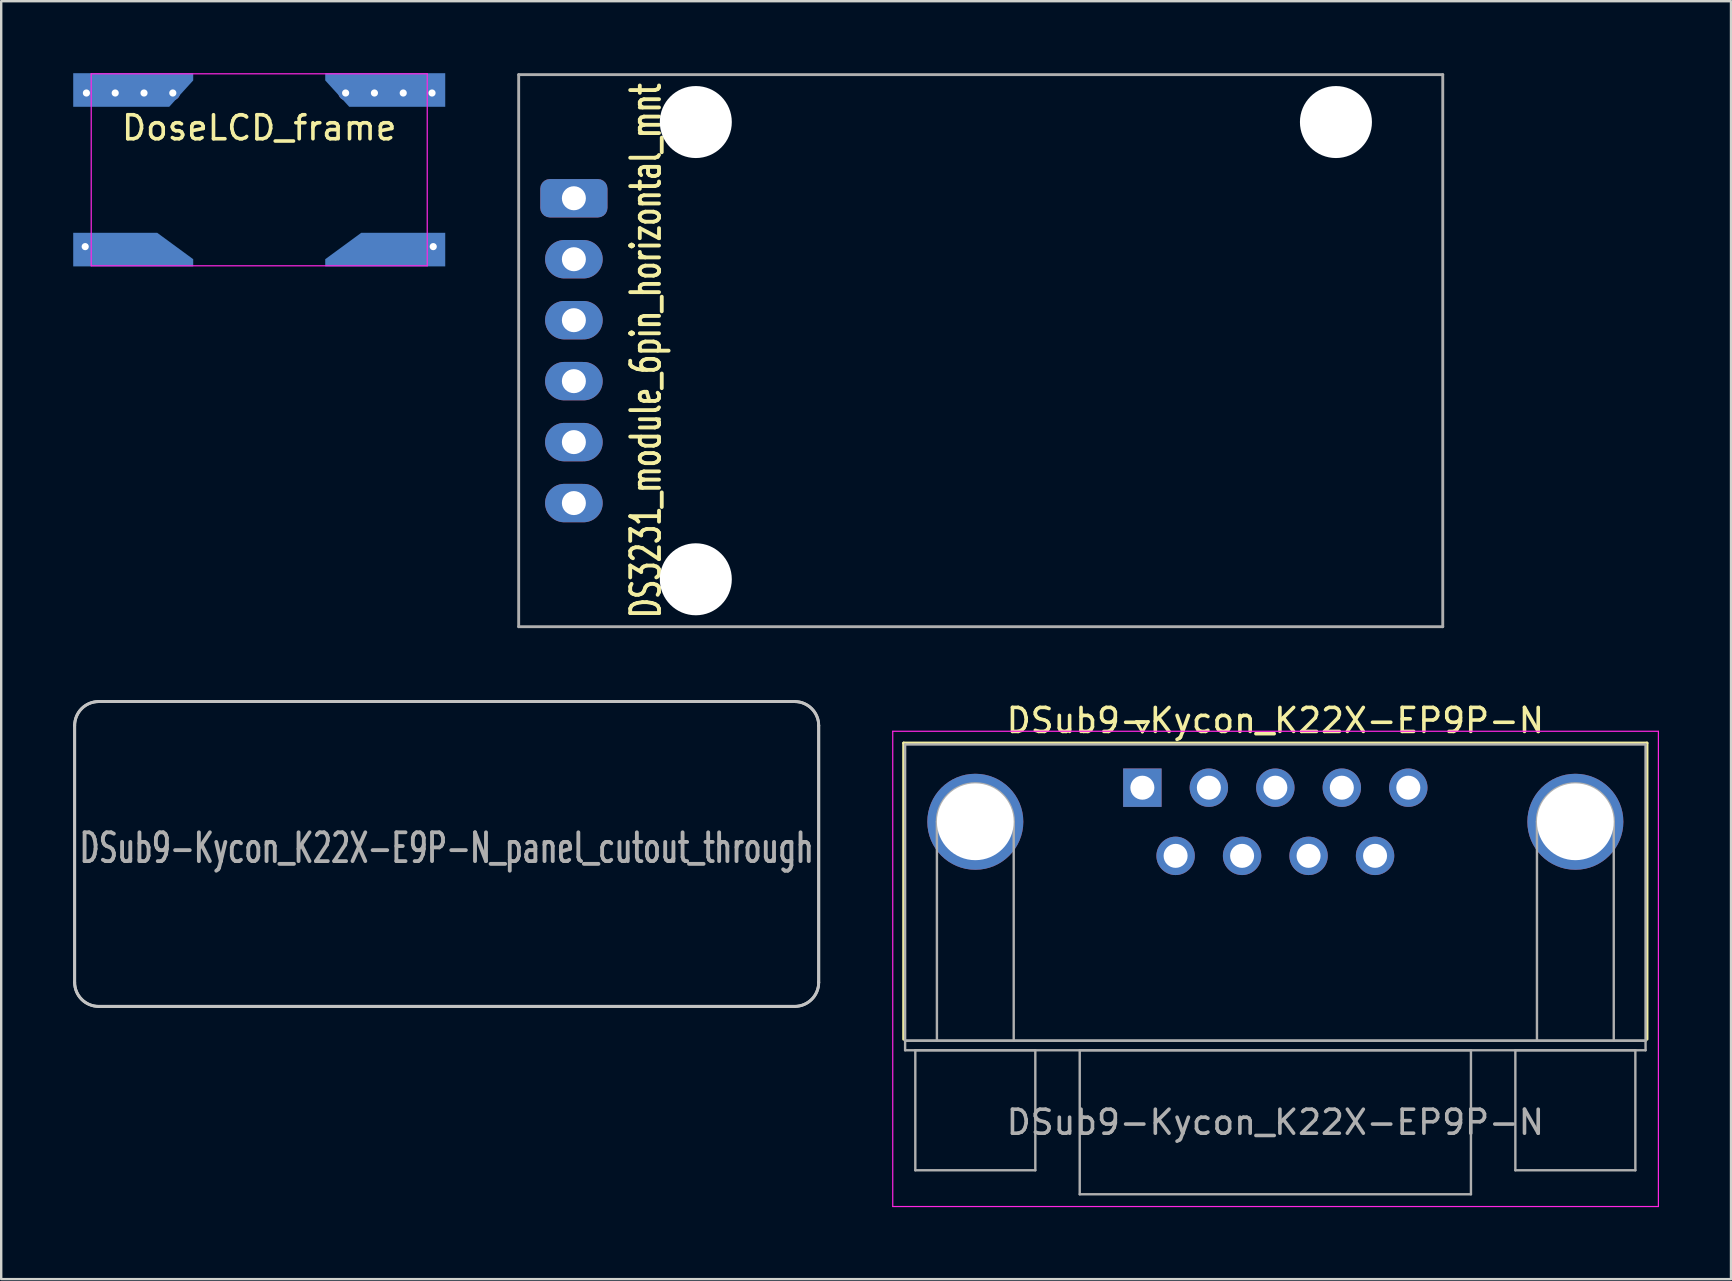
<source format=kicad_pcb>
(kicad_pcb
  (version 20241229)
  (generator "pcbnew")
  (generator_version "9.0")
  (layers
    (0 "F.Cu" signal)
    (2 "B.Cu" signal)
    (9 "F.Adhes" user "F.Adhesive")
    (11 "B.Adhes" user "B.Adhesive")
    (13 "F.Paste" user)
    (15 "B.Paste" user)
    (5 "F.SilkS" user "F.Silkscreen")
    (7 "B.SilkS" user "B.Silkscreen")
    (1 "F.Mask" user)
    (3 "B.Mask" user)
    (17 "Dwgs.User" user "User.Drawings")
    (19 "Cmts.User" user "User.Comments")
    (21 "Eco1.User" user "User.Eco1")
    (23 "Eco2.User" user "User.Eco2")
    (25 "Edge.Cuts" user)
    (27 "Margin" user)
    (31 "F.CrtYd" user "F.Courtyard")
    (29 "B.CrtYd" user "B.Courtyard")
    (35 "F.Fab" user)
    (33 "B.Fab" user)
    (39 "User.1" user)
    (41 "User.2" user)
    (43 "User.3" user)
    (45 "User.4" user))
  (footprint "DSub9-Kycon_K22X-EP9P-N"
    (layer "F.Cu")
    (at 44.545 29.768)
    (property "Reference" "DSub9-Kycon_K22X-EP9P-N" (at 5.54 -2.8 0) (layer "F.SilkS") (effects (font (size 1 1) (thickness 0.15))))
    (attr through_hole)
    (fp_line (start -9.945 -1.86) (end 21.025 -1.86) (stroke (width 0.12) (type solid)) (layer "F.SilkS"))
    (fp_line (start -9.945 10.48) (end -9.945 -1.86) (stroke (width 0.12) (type solid)) (layer "F.SilkS"))
    (fp_line (start -0.25 -2.754) (end 0.25 -2.754) (stroke (width 0.12) (type solid)) (layer "F.SilkS"))
    (fp_line (start 0 -2.321) (end -0.25 -2.754) (stroke (width 0.12) (type solid)) (layer "F.SilkS"))
    (fp_line (start 0.25 -2.754) (end 0 -2.321) (stroke (width 0.12) (type solid)) (layer "F.SilkS"))
    (fp_line (start 21.025 -1.86) (end 21.025 10.48) (stroke (width 0.12) (type solid)) (layer "F.SilkS"))
    (fp_line (start -10.4 -2.35) (end -10.4 17.45) (stroke (width 0.05) (type solid)) (layer "F.CrtYd"))
    (fp_line (start -10.4 17.45) (end 21.5 17.45) (stroke (width 0.05) (type solid)) (layer "F.CrtYd"))
    (fp_line (start 21.5 -2.35) (end -10.4 -2.35) (stroke (width 0.05) (type solid)) (layer "F.CrtYd"))
    (fp_line (start 21.5 17.45) (end 21.5 -2.35) (stroke (width 0.05) (type solid)) (layer "F.CrtYd"))
    (fp_line (start -9.885 -1.8) (end -9.885 10.54) (stroke (width 0.1) (type solid)) (layer "F.Fab"))
    (fp_line (start -9.885 10.54) (end -9.885 10.94) (stroke (width 0.1) (type solid)) (layer "F.Fab"))
    (fp_line (start -9.885 10.54) (end 20.965 10.54) (stroke (width 0.1) (type solid)) (layer "F.Fab"))
    (fp_line (start -9.885 10.94) (end 20.965 10.94) (stroke (width 0.1) (type solid)) (layer "F.Fab"))
    (fp_line (start -9.46 10.94) (end -9.46 15.94) (stroke (width 0.1) (type solid)) (layer "F.Fab"))
    (fp_line (start -9.46 15.94) (end -4.46 15.94) (stroke (width 0.1) (type solid)) (layer "F.Fab"))
    (fp_line (start -8.56 10.54) (end -8.56 1.42) (stroke (width 0.1) (type solid)) (layer "F.Fab"))
    (fp_line (start -5.36 10.54) (end -5.36 1.42) (stroke (width 0.1) (type solid)) (layer "F.Fab"))
    (fp_line (start -4.46 10.94) (end -9.46 10.94) (stroke (width 0.1) (type solid)) (layer "F.Fab"))
    (fp_line (start -4.46 15.94) (end -4.46 10.94) (stroke (width 0.1) (type solid)) (layer "F.Fab"))
    (fp_line (start -2.61 10.94) (end -2.61 16.94) (stroke (width 0.1) (type solid)) (layer "F.Fab"))
    (fp_line (start -2.61 16.94) (end 13.69 16.94) (stroke (width 0.1) (type solid)) (layer "F.Fab"))
    (fp_line (start 13.69 10.94) (end -2.61 10.94) (stroke (width 0.1) (type solid)) (layer "F.Fab"))
    (fp_line (start 13.69 16.94) (end 13.69 10.94) (stroke (width 0.1) (type solid)) (layer "F.Fab"))
    (fp_line (start 15.54 10.94) (end 15.54 15.94) (stroke (width 0.1) (type solid)) (layer "F.Fab"))
    (fp_line (start 15.54 15.94) (end 20.54 15.94) (stroke (width 0.1) (type solid)) (layer "F.Fab"))
    (fp_line (start 16.44 10.54) (end 16.44 1.42) (stroke (width 0.1) (type solid)) (layer "F.Fab"))
    (fp_line (start 19.64 10.54) (end 19.64 1.42) (stroke (width 0.1) (type solid)) (layer "F.Fab"))
    (fp_line (start 20.54 10.94) (end 15.54 10.94) (stroke (width 0.1) (type solid)) (layer "F.Fab"))
    (fp_line (start 20.54 15.94) (end 20.54 10.94) (stroke (width 0.1) (type solid)) (layer "F.Fab"))
    (fp_line (start 20.965 -1.8) (end -9.885 -1.8) (stroke (width 0.1) (type solid)) (layer "F.Fab"))
    (fp_line (start 20.965 10.54) (end -9.885 10.54) (stroke (width 0.1) (type solid)) (layer "F.Fab"))
    (fp_line (start 20.965 10.54) (end 20.965 -1.8) (stroke (width 0.1) (type solid)) (layer "F.Fab"))
    (fp_line (start 20.965 10.94) (end 20.965 10.54) (stroke (width 0.1) (type solid)) (layer "F.Fab"))
    (fp_arc (start -8.56 1.42) (mid -6.96 -0.18) (end -5.36 1.42) (stroke (width 0.1) (type solid)) (layer "F.Fab"))
    (fp_arc (start 16.44 1.42) (mid 18.04 -0.18) (end 19.64 1.42) (stroke (width 0.1) (type solid)) (layer "F.Fab"))
    (fp_text user "${REFERENCE}" (at 5.54 13.94 0) (layer "F.Fab") (effects (font (size 1 1) (thickness 0.15))))
    (pad "0" thru_hole circle (at -6.96 1.42) (size 4 4) (drill 3.2) (layers "*.Cu" "*.Mask"))
    (pad "0" thru_hole circle (at 18.04 1.42) (size 4 4) (drill 3.2) (layers "*.Cu" "*.Mask"))
    (pad "1" thru_hole rect (at 0 0) (size 1.6 1.6) (drill 1) (layers "*.Cu" "*.Mask"))
    (pad "2" thru_hole circle (at 2.77 0) (size 1.6 1.6) (drill 1) (layers "*.Cu" "*.Mask"))
    (pad "3" thru_hole circle (at 5.54 0) (size 1.6 1.6) (drill 1) (layers "*.Cu" "*.Mask"))
    (pad "4" thru_hole circle (at 8.31 0) (size 1.6 1.6) (drill 1) (layers "*.Cu" "*.Mask"))
    (pad "5" thru_hole circle (at 11.08 0) (size 1.6 1.6) (drill 1) (layers "*.Cu" "*.Mask"))
    (pad "6" thru_hole circle (at 1.385 2.84) (size 1.6 1.6) (drill 1) (layers "*.Cu" "*.Mask"))
    (pad "7" thru_hole circle (at 4.155 2.84) (size 1.6 1.6) (drill 1) (layers "*.Cu" "*.Mask"))
    (pad "8" thru_hole circle (at 6.925 2.84) (size 1.6 1.6) (drill 1) (layers "*.Cu" "*.Mask"))
    (pad "9" thru_hole circle (at 9.695 2.84) (size 1.6 1.6) (drill 1) (layers "*.Cu" "*.Mask")))
  (footprint "DS3231_module_6pin_horizontal_mnt"
    (layer "F.Cu")
    (at 20.86 11.56)
    (property "Reference" "DS3231_module_6pin_horizontal_mnt" (at 3 0 90) (layer "F.SilkS") (effects (font (size 1.2 0.8) (thickness 0.16))))
    (attr through_hole)
    (fp_line (start -2.3 -11.5) (end 36.2 -11.5) (stroke (width 0.12) (type solid)) (layer "F.Fab"))
    (fp_line (start -2.3 11.5) (end -2.3 -11.5) (stroke (width 0.12) (type solid)) (layer "F.Fab"))
    (fp_line (start 36.2 -11.5) (end 36.2 11.5) (stroke (width 0.12) (type solid)) (layer "F.Fab"))
    (fp_line (start 36.2 11.5) (end -2.3 11.5) (stroke (width 0.12) (type solid)) (layer "F.Fab"))
    (pad "" np_thru_hole circle (at 5.08 -9.525) (size 3 3) (drill 3) (layers "*.Cu" "*.Mask"))
    (pad "" np_thru_hole circle (at 5.08 9.525) (size 3 3) (drill 3) (layers "*.Cu" "*.Mask"))
    (pad "" np_thru_hole circle (at 31.75 -9.525) (size 3 3) (drill 3) (layers "*.Cu" "*.Mask"))
    (pad "1" thru_hole roundrect (at 0 -6.35) (size 2.8 1.6) (drill 1) (layers "*.Cu" "*.Mask") (roundrect_rratio 0.25))
    (pad "2" thru_hole oval (at 0 -3.81) (size 2.4 1.6) (drill 1) (layers "*.Cu" "*.Mask"))
    (pad "3" thru_hole oval (at 0 -1.27) (size 2.4 1.6) (drill 1) (layers "*.Cu" "*.Mask"))
    (pad "4" thru_hole oval (at 0 1.27) (size 2.4 1.6) (drill 1) (layers "*.Cu" "*.Mask"))
    (pad "5" thru_hole oval (at 0 3.81) (size 2.4 1.6) (drill 1) (layers "*.Cu" "*.Mask"))
    (pad "6" thru_hole oval (at 0 6.35) (size 2.4 1.6) (drill 1) (layers "*.Cu" "*.Mask")))
  (footprint "DSub9-Kycon_K22X-E9P-N_panel_cutout_through"
    (layer "F.Cu")
    (at 15.56 38.78)
    (property "Reference" "DSub9-Kycon_K22X-E9P-N_panel_cutout_through" (at 0 -6.5 0) (layer "F.Fab") (effects (font (size 1.2 0.8) (thickness 0.16))))
    (attr exclude_from_pos_files exclude_from_bom)
    (fp_line (start -15.5 -11.6) (end -15.5 -0.9) (stroke (width 0.12) (type solid)) (layer "Dwgs.User"))
    (fp_line (start -14.5 0.1) (end 14.5 0.1) (stroke (width 0.12) (type solid)) (layer "Dwgs.User"))
    (fp_line (start 14.5 -12.6) (end -14.5 -12.6) (stroke (width 0.12) (type solid)) (layer "Dwgs.User"))
    (fp_line (start 15.5 -0.9) (end 15.5 -11.6) (stroke (width 0.12) (type solid)) (layer "Dwgs.User"))
    (fp_arc (start -15.5 -11.6) (mid -15.207107 -12.307107) (end -14.5 -12.6) (stroke (width 0.12) (type solid)) (layer "Dwgs.User"))
    (fp_arc (start -14.5 0.1) (mid -15.207107 -0.192893) (end -15.5 -0.9) (stroke (width 0.12) (type solid)) (layer "Dwgs.User"))
    (fp_arc (start 14.5 -12.6) (mid 15.207107 -12.307107) (end 15.5 -11.6) (stroke (width 0.12) (type solid)) (layer "Dwgs.User"))
    (fp_arc (start 15.5 -0.9) (mid 15.207107 -0.192893) (end 14.5 0.1) (stroke (width 0.12) (type solid)) (layer "Dwgs.User"))
    (fp_line (start -15.5 -11.6) (end -15.5 -0.9) (stroke (width 0.12) (type solid)) (layer "Edge.Cuts"))
    (fp_line (start -14.5 0.1) (end 14.5 0.1) (stroke (width 0.12) (type solid)) (layer "Edge.Cuts"))
    (fp_line (start 14.5 -12.6) (end -14.5 -12.6) (stroke (width 0.12) (type solid)) (layer "Edge.Cuts"))
    (fp_line (start 15.5 -0.9) (end 15.5 -11.6) (stroke (width 0.12) (type solid)) (layer "Edge.Cuts"))
    (fp_arc (start -15.5 -11.6) (mid -15.207107 -12.307107) (end -14.5 -12.6) (stroke (width 0.12) (type solid)) (layer "Edge.Cuts"))
    (fp_arc (start -14.5 0.1) (mid -15.207107 -0.192893) (end -15.5 -0.9) (stroke (width 0.12) (type solid)) (layer "Edge.Cuts"))
    (fp_arc (start 14.5 -12.6) (mid 15.207107 -12.307107) (end 15.5 -11.6) (stroke (width 0.12) (type solid)) (layer "Edge.Cuts"))
    (fp_arc (start 15.5 -0.9) (mid 15.207107 -0.192893) (end 14.5 0.1) (stroke (width 0.12) (type solid)) (layer "Edge.Cuts")))
  (footprint "DoseLCD_frame"
    (layer "F.Cu")
    (at 7.75 4.025)
    (property "Reference" "DoseLCD_frame" (at 0 -1.75 0) (layer "F.SilkS") (effects (font (size 1 1) (thickness 0.15))))
    (attr smd)
    (fp_line (start -7 -4) (end -7 4) (stroke (width 0.05) (type solid)) (layer "F.CrtYd"))
    (fp_line (start -7 4) (end 7 4) (stroke (width 0.05) (type solid)) (layer "F.CrtYd"))
    (fp_line (start 7 -4) (end -7 -4) (stroke (width 0.05) (type solid)) (layer "F.CrtYd"))
    (fp_line (start 7 4) (end 7 -4) (stroke (width 0.05) (type solid)) (layer "F.CrtYd"))
    (pad "1" thru_hole circle (at -7.25 3.2) (size 0.6 0.6) (drill 0.3) (layers "*.Cu"))
    (pad "1" smd custom (at -5.25 3.325) (size 2 1.4) (layers "B.Cu" "B.Mask") (options (anchor rect)) (primitives (gr_poly (pts (xy -2.5 -0.7) (xy 1 -0.7) (xy 2.5 0.4) (xy 2.5 0.7) (xy -2.5 0.7)) (width 0) (fill yes))))
    (pad "2" smd custom (at 5.25 3.325) (size 2 1.4) (layers "B.Cu" "B.Mask") (options (anchor rect)) (primitives (gr_poly (pts (xy -1 -0.7) (xy 2.5 -0.7) (xy 2.5 0.7) (xy -2.5 0.7) (xy -2.5 0.4)) (width 0) (fill yes))))
    (pad "2" thru_hole circle (at 7.25 3.2) (size 0.6 0.6) (drill 0.3) (layers "*.Cu"))
    (pad "3" thru_hole circle (at 3.6 -3.2) (size 0.6 0.6) (drill 0.3) (layers "*.Cu"))
    (pad "3" thru_hole circle (at 4.8 -3.2) (size 0.6 0.6) (drill 0.3) (layers "*.Cu"))
    (pad "3" smd custom (at 5.75 -3.325) (size 4 1.4) (layers "B.Cu" "B.Mask") (options (anchor rect)) (primitives (gr_poly (pts (xy -2 -0.7) (xy -3 -0.7) (xy -3 -0.4) (xy -2 0.7)) (width 0) (fill yes))))
    (pad "3" thru_hole circle (at 6 -3.2) (size 0.6 0.6) (drill 0.3) (layers "*.Cu"))
    (pad "3" thru_hole circle (at 7.2 -3.2) (size 0.6 0.6) (drill 0.3) (layers "*.Cu"))
    (pad "4" thru_hole circle (at -7.2 -3.2) (size 0.6 0.6) (drill 0.3) (layers "*.Cu"))
    (pad "4" thru_hole circle (at -6 -3.2) (size 0.6 0.6) (drill 0.3) (layers "*.Cu"))
    (pad "4" smd custom (at -5.75 -3.325) (size 4 1.4) (layers "B.Cu" "B.Mask") (options (anchor rect)) (primitives (gr_poly (pts (xy 2 -0.7) (xy 3 -0.7) (xy 3 -0.4) (xy 2 0.7)) (width 0) (fill yes))))
    (pad "4" thru_hole circle (at -4.8 -3.2) (size 0.6 0.6) (drill 0.3) (layers "*.Cu"))
    (pad "4" thru_hole circle (at -3.6 -3.2) (size 0.6 0.6) (drill 0.3) (layers "*.Cu")))
  (gr_rect
    (start -3 -3)
    (end 69.07 50.243)
    (stroke (width 0.1) (type default))
    (fill no)
    (layer "Edge.Cuts")))
</source>
